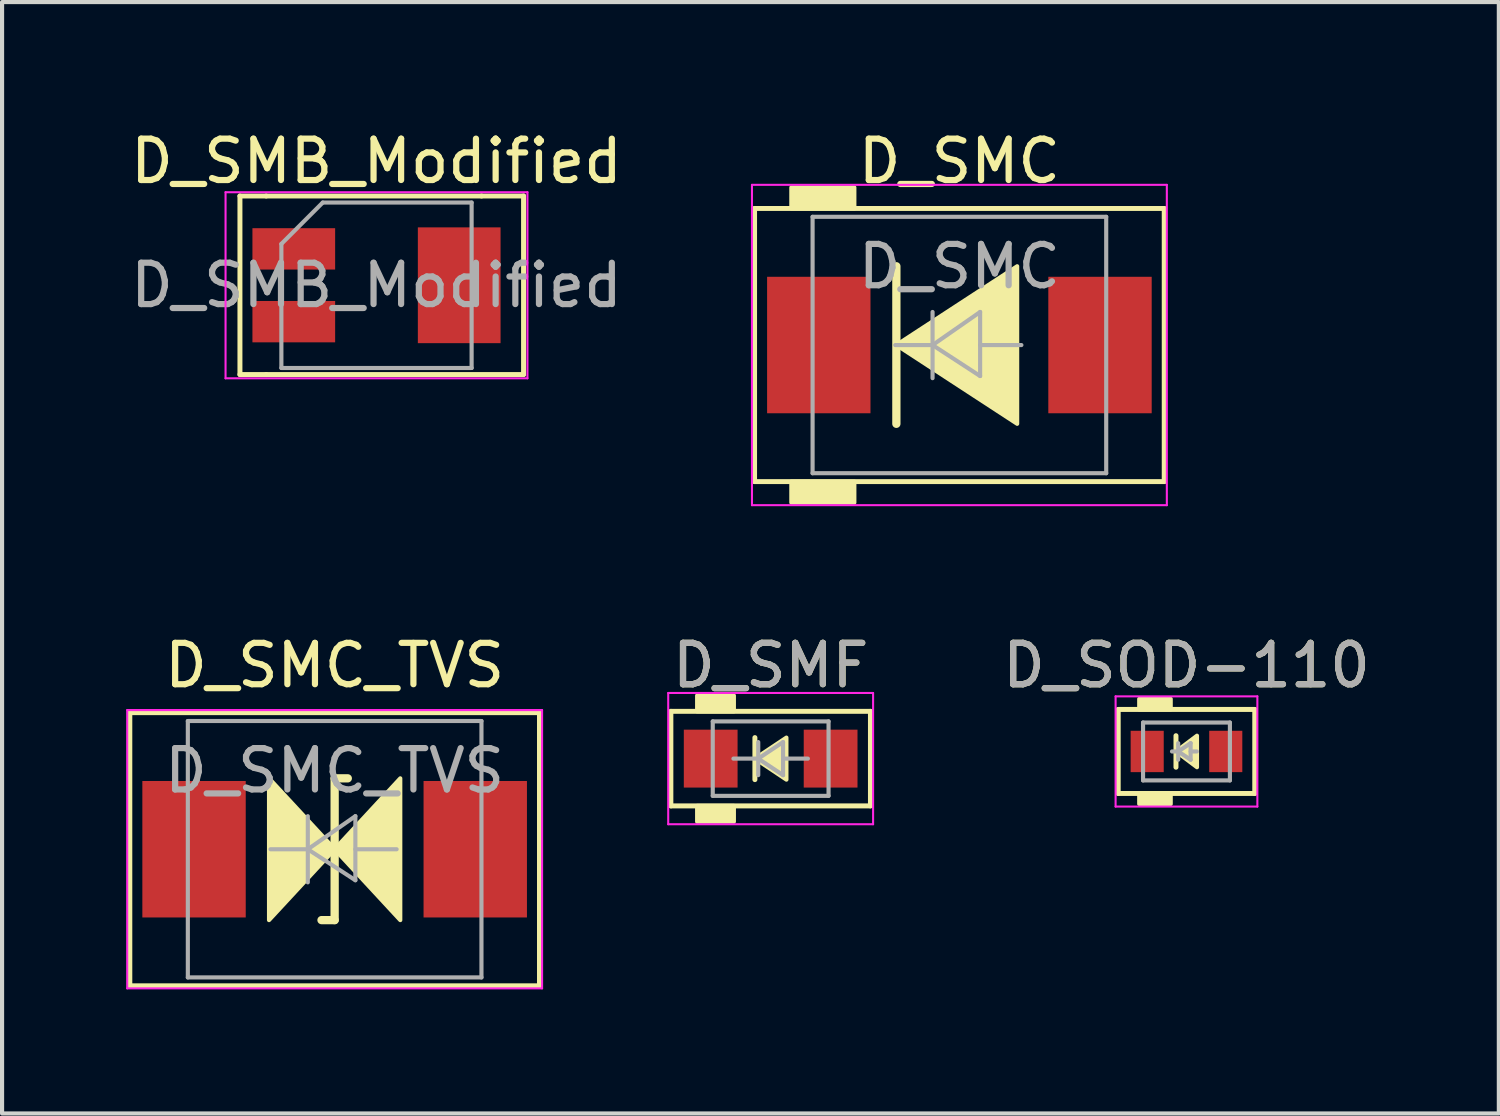
<source format=kicad_pcb>
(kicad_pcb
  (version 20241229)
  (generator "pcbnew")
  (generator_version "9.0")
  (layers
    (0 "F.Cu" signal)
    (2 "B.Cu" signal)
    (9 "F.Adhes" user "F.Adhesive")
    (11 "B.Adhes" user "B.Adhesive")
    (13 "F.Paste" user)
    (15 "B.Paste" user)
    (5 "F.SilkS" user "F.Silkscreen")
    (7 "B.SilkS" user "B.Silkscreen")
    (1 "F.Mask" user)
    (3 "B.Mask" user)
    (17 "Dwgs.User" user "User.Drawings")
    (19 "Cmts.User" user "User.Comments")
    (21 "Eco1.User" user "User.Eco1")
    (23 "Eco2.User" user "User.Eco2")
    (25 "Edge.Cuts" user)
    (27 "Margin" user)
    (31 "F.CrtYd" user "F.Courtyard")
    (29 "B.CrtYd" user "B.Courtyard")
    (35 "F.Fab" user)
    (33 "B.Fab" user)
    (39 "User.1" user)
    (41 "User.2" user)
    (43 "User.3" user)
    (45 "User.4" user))
  (footprint "D_SMC_TVS"
    (layer "F.Cu")
    (at 5.042 17.485)
    (property "Reference" "D_SMC_TVS" (at 0 -4.445 0) (layer "F.SilkS") (effects (font (size 1 1) (thickness 0.15))))
    (attr smd)
    (fp_line (start -4.953 -3.302) (end 4.953 -3.302) (stroke (width 0.12) (type solid)) (layer "F.SilkS"))
    (fp_line (start -4.953 3.302) (end -4.953 -3.302) (stroke (width 0.12) (type solid)) (layer "F.SilkS"))
    (fp_line (start -0.318 1.714) (end 0 1.714) (stroke (width 0.2) (type solid)) (layer "F.SilkS"))
    (fp_line (start 0 -1.714) (end 0 1.714) (stroke (width 0.2) (type solid)) (layer "F.SilkS"))
    (fp_line (start 0 -1.714) (end 0.318 -1.714) (stroke (width 0.2) (type solid)) (layer "F.SilkS"))
    (fp_line (start 4.953 -3.302) (end 4.953 3.302) (stroke (width 0.12) (type solid)) (layer "F.SilkS"))
    (fp_line (start 4.953 3.302) (end -4.953 3.302) (stroke (width 0.12) (type solid)) (layer "F.SilkS"))
    (fp_poly (pts (xy 0 0) (xy -1.587 1.714) (xy -1.587 -1.714)) (stroke (width 0.1) (type solid)) (fill yes) (layer "F.SilkS"))
    (fp_poly (pts (xy 0 0) (xy 1.587 -1.714) (xy 1.587 1.714)) (stroke (width 0.1) (type solid)) (fill yes) (layer "F.SilkS"))
    (fp_line (start -5.016 -3.365) (end 5.016 -3.365) (stroke (width 0.05) (type solid)) (layer "F.CrtYd"))
    (fp_line (start -5.016 3.365) (end -5.016 -3.365) (stroke (width 0.05) (type solid)) (layer "F.CrtYd"))
    (fp_line (start 5.016 -3.365) (end 5.016 3.365) (stroke (width 0.05) (type solid)) (layer "F.CrtYd"))
    (fp_line (start 5.016 3.365) (end -5.016 3.365) (stroke (width 0.05) (type solid)) (layer "F.CrtYd"))
    (fp_line (start -3.55 3.1) (end -3.55 -3.1) (stroke (width 0.1) (type solid)) (layer "F.Fab"))
    (fp_line (start -0.649 -0.799) (end -0.649 0.801) (stroke (width 0.1) (type solid)) (layer "F.Fab"))
    (fp_line (start -0.649 0.001) (end -1.551 0.001) (stroke (width 0.1) (type solid)) (layer "F.Fab"))
    (fp_line (start -0.649 0.001) (end 0.501 -0.799) (stroke (width 0.1) (type solid)) (layer "F.Fab"))
    (fp_line (start -0.649 0.001) (end 0.501 0.75) (stroke (width 0.1) (type solid)) (layer "F.Fab"))
    (fp_line (start 0.501 0.001) (end 1.499 0.001) (stroke (width 0.1) (type solid)) (layer "F.Fab"))
    (fp_line (start 0.501 0.75) (end 0.501 -0.799) (stroke (width 0.1) (type solid)) (layer "F.Fab"))
    (fp_line (start 3.55 -3.1) (end -3.55 -3.1) (stroke (width 0.1) (type solid)) (layer "F.Fab"))
    (fp_line (start 3.55 -3.1) (end 3.55 3.1) (stroke (width 0.1) (type solid)) (layer "F.Fab"))
    (fp_line (start 3.55 3.1) (end -3.55 3.1) (stroke (width 0.1) (type solid)) (layer "F.Fab"))
    (fp_text user "${REFERENCE}" (at 0 -1.9 0) (layer "F.Fab") (effects (font (size 1 1) (thickness 0.15))))
    (pad "1" smd rect (at -3.4 0 90) (size 3.3 2.5) (layers "F.Cu" "F.Mask" "F.Paste"))
    (pad "2" smd rect (at 3.4 0 90) (size 3.3 2.5) (layers "F.Cu" "F.Mask" "F.Paste")))
  (footprint "D_SMB_Modified"
    (layer "F.Cu")
    (at 6.054 3.848)
    (property "Reference" "D_SMB_Modified" (at 0 -3 0) (layer "F.SilkS") (effects (font (size 1 1) (thickness 0.15))))
    (attr smd)
    (fp_line (start -3.302 -2.159) (end -2.667 -2.159) (stroke (width 0.12) (type solid)) (layer "F.SilkS"))
    (fp_line (start -3.302 2.159) (end -3.302 -2.159) (stroke (width 0.12) (type solid)) (layer "F.SilkS"))
    (fp_line (start -2.667 -2.159) (end 2.54 -2.159) (stroke (width 0.12) (type solid)) (layer "F.SilkS"))
    (fp_line (start -2.667 2.159) (end -3.302 2.159) (stroke (width 0.12) (type solid)) (layer "F.SilkS"))
    (fp_line (start 2.54 -2.159) (end 3.556 -2.159) (stroke (width 0.12) (type solid)) (layer "F.SilkS"))
    (fp_line (start 3.556 -2.159) (end 3.556 2.159) (stroke (width 0.12) (type solid)) (layer "F.SilkS"))
    (fp_line (start 3.556 2.159) (end -2.667 2.159) (stroke (width 0.12) (type solid)) (layer "F.SilkS"))
    (fp_line (start -3.65 -2.25) (end 3.65 -2.25) (stroke (width 0.05) (type solid)) (layer "F.CrtYd"))
    (fp_line (start -3.65 2.25) (end -3.65 -2.25) (stroke (width 0.05) (type solid)) (layer "F.CrtYd"))
    (fp_line (start 3.65 -2.25) (end 3.65 2.25) (stroke (width 0.05) (type solid)) (layer "F.CrtYd"))
    (fp_line (start 3.65 2.25) (end -3.65 2.25) (stroke (width 0.05) (type solid)) (layer "F.CrtYd"))
    (fp_line (start -2.3 2) (end -2.3 -1) (stroke (width 0.1) (type solid)) (layer "F.Fab"))
    (fp_line (start -1.3 -2) (end -2.3 -1) (stroke (width 0.1) (type solid)) (layer "F.Fab"))
    (fp_line (start 2.3 -2) (end -1.3 -2) (stroke (width 0.1) (type solid)) (layer "F.Fab"))
    (fp_line (start 2.3 -2) (end 2.3 2) (stroke (width 0.1) (type solid)) (layer "F.Fab"))
    (fp_line (start 2.3 2) (end -2.3 2) (stroke (width 0.1) (type solid)) (layer "F.Fab"))
    (fp_text user "${REFERENCE}" (at 0 0 0) (layer "F.Fab") (effects (font (size 1 1) (thickness 0.15))))
    (pad "1" smd rect (at -2 -0.88) (size 2 1) (layers "F.Cu" "F.Mask" "F.Paste"))
    (pad "2" smd rect (at 2 0) (size 2 2.8) (layers "F.Cu" "F.Mask" "F.Paste"))
    (pad "3" smd rect (at -2 0.88) (size 2 1) (layers "F.Cu" "F.Mask" "F.Paste")))
  (footprint "D_SMF"
    (layer "F.Cu")
    (at 15.585 15.294)
    (property "Reference" "D_SMF" (at 0 -2.254 0) (layer "F.SilkS") (effects (font (size 1 1) (thickness 0.15))))
    (attr smd)
    (fp_line (start -2.413 -1.143) (end -2.413 1.143) (stroke (width 0.12) (type solid)) (layer "F.SilkS"))
    (fp_line (start -2.413 1.143) (end 2.413 1.143) (stroke (width 0.12) (type solid)) (layer "F.SilkS"))
    (fp_line (start -0.381 -0.508) (end -0.381 0.508) (stroke (width 0.12) (type solid)) (layer "F.SilkS"))
    (fp_line (start 2.413 -1.143) (end -2.413 -1.143) (stroke (width 0.12) (type solid)) (layer "F.SilkS"))
    (fp_line (start 2.413 1.143) (end 2.413 -1.143) (stroke (width 0.12) (type solid)) (layer "F.SilkS"))
    (fp_poly (pts (xy 0.381 0.508) (xy -0.381 0) (xy 0.381 -0.508)) (stroke (width 0.1) (type solid)) (fill yes) (layer "F.SilkS"))
    (fp_poly (pts (xy -0.889 -1.143) (xy -1.778 -1.143) (xy -1.778 -1.524) (xy -0.889 -1.524)) (stroke (width 0.1) (type solid)) (fill yes) (layer "F.SilkS"))
    (fp_poly (pts (xy -0.889 1.524) (xy -1.778 1.524) (xy -1.778 1.143) (xy -0.889 1.143)) (stroke (width 0.1) (type solid)) (fill yes) (layer "F.SilkS"))
    (fp_line (start -2.477 -1.587) (end 2.477 -1.587) (stroke (width 0.05) (type solid)) (layer "F.CrtYd"))
    (fp_line (start -2.477 1.587) (end -2.477 -1.587) (stroke (width 0.05) (type solid)) (layer "F.CrtYd"))
    (fp_line (start 2.477 -1.587) (end 2.477 1.587) (stroke (width 0.05) (type solid)) (layer "F.CrtYd"))
    (fp_line (start 2.477 1.587) (end -2.477 1.587) (stroke (width 0.05) (type solid)) (layer "F.CrtYd"))
    (fp_line (start -1.4 0.9) (end -1.4 -0.9) (stroke (width 0.1) (type solid)) (layer "F.Fab"))
    (fp_line (start -0.3 -0.4) (end -0.3 0.4) (stroke (width 0.1) (type solid)) (layer "F.Fab"))
    (fp_line (start -0.3 0) (end -0.9 0) (stroke (width 0.1) (type solid)) (layer "F.Fab"))
    (fp_line (start -0.3 0) (end 0.3 -0.4) (stroke (width 0.1) (type solid)) (layer "F.Fab"))
    (fp_line (start -0.3 0.001) (end 0.3 0.4) (stroke (width 0.1) (type solid)) (layer "F.Fab"))
    (fp_line (start 0.3 0) (end 0.9 0) (stroke (width 0.1) (type solid)) (layer "F.Fab"))
    (fp_line (start 0.3 0.4) (end 0.3 -0.4) (stroke (width 0.1) (type solid)) (layer "F.Fab"))
    (fp_line (start 1.4 -0.9) (end -1.4 -0.9) (stroke (width 0.1) (type solid)) (layer "F.Fab"))
    (fp_line (start 1.4 -0.9) (end 1.4 0.9) (stroke (width 0.1) (type solid)) (layer "F.Fab"))
    (fp_line (start 1.4 0.9) (end -1.4 0.9) (stroke (width 0.1) (type solid)) (layer "F.Fab"))
    (fp_text user "${REFERENCE}" (at 0 -2.254 0) (layer "F.Fab") (effects (font (size 1 1) (thickness 0.15))))
    (pad "1" smd rect (at -1.45 0) (size 1.3 1.4) (layers "F.Cu" "F.Mask" "F.Paste"))
    (pad "2" smd rect (at 1.45 0) (size 1.3 1.4) (layers "F.Cu" "F.Mask" "F.Paste")))
  (footprint "D_SMC"
    (layer "F.Cu")
    (at 20.149 5.293)
    (property "Reference" "D_SMC" (at 0 -4.445 0) (layer "F.SilkS") (effects (font (size 1 1) (thickness 0.15))))
    (attr smd)
    (fp_line (start -4.953 -3.302) (end 4.953 -3.302) (stroke (width 0.12) (type solid)) (layer "F.SilkS"))
    (fp_line (start -4.953 3.302) (end -4.953 -3.302) (stroke (width 0.12) (type solid)) (layer "F.SilkS"))
    (fp_line (start -1.524 -1.905) (end -1.524 1.905) (stroke (width 0.2) (type solid)) (layer "F.SilkS"))
    (fp_line (start 4.953 -3.302) (end 4.953 3.302) (stroke (width 0.12) (type solid)) (layer "F.SilkS"))
    (fp_line (start 4.953 3.302) (end -4.953 3.302) (stroke (width 0.12) (type solid)) (layer "F.SilkS"))
    (fp_poly (pts (xy 1.397 1.905) (xy -1.524 0) (xy 1.397 -1.905)) (stroke (width 0.1) (type solid)) (fill yes) (layer "F.SilkS"))
    (fp_poly (pts (xy -2.54 -3.302) (xy -4.064 -3.302) (xy -4.064 -3.81) (xy -2.54 -3.81)) (stroke (width 0.1) (type solid)) (fill yes) (layer "F.SilkS"))
    (fp_poly (pts (xy -2.54 3.81) (xy -4.064 3.81) (xy -4.064 3.302) (xy -2.54 3.302)) (stroke (width 0.1) (type solid)) (fill yes) (layer "F.SilkS"))
    (fp_line (start -5.016 -3.873) (end 5.016 -3.873) (stroke (width 0.05) (type solid)) (layer "F.CrtYd"))
    (fp_line (start -5.016 3.873) (end -5.016 -3.873) (stroke (width 0.05) (type solid)) (layer "F.CrtYd"))
    (fp_line (start 5.016 -3.873) (end 5.016 3.873) (stroke (width 0.05) (type solid)) (layer "F.CrtYd"))
    (fp_line (start 5.016 3.873) (end -5.016 3.873) (stroke (width 0.05) (type solid)) (layer "F.CrtYd"))
    (fp_line (start -3.55 3.1) (end -3.55 -3.1) (stroke (width 0.1) (type solid)) (layer "F.Fab"))
    (fp_line (start -0.649 -0.799) (end -0.649 0.801) (stroke (width 0.1) (type solid)) (layer "F.Fab"))
    (fp_line (start -0.649 0.001) (end -1.551 0.001) (stroke (width 0.1) (type solid)) (layer "F.Fab"))
    (fp_line (start -0.649 0.001) (end 0.501 -0.799) (stroke (width 0.1) (type solid)) (layer "F.Fab"))
    (fp_line (start -0.649 0.001) (end 0.501 0.75) (stroke (width 0.1) (type solid)) (layer "F.Fab"))
    (fp_line (start 0.501 0.001) (end 1.499 0.001) (stroke (width 0.1) (type solid)) (layer "F.Fab"))
    (fp_line (start 0.501 0.75) (end 0.501 -0.799) (stroke (width 0.1) (type solid)) (layer "F.Fab"))
    (fp_line (start 3.55 -3.1) (end -3.55 -3.1) (stroke (width 0.1) (type solid)) (layer "F.Fab"))
    (fp_line (start 3.55 -3.1) (end 3.55 3.1) (stroke (width 0.1) (type solid)) (layer "F.Fab"))
    (fp_line (start 3.55 3.1) (end -3.55 3.1) (stroke (width 0.1) (type solid)) (layer "F.Fab"))
    (fp_text user "${REFERENCE}" (at 0 -1.9 0) (layer "F.Fab") (effects (font (size 1 1) (thickness 0.15))))
    (pad "1" smd rect (at -3.4 0 90) (size 3.3 2.5) (layers "F.Cu" "F.Mask" "F.Paste"))
    (pad "2" smd rect (at 3.4 0 90) (size 3.3 2.5) (layers "F.Cu" "F.Mask" "F.Paste")))
  (footprint "D_SOD-110"
    (layer "F.Cu")
    (at 25.64 15.121)
    (property "Reference" "D_SOD-110" (at 0 -2.081 0) (layer "F.SilkS") (effects (font (size 1 1) (thickness 0.15))))
    (attr smd)
    (fp_line (start -1.651 -1.016) (end -1.651 1.016) (stroke (width 0.12) (type solid)) (layer "F.SilkS"))
    (fp_line (start -1.651 1.016) (end 1.651 1.016) (stroke (width 0.12) (type solid)) (layer "F.SilkS"))
    (fp_line (start -0.254 -0.381) (end -0.254 0.381) (stroke (width 0.12) (type solid)) (layer "F.SilkS"))
    (fp_line (start 1.651 -1.016) (end -1.651 -1.016) (stroke (width 0.12) (type solid)) (layer "F.SilkS"))
    (fp_line (start 1.651 1.016) (end 1.651 -1.016) (stroke (width 0.12) (type solid)) (layer "F.SilkS"))
    (fp_poly (pts (xy 0.254 0.381) (xy -0.254 0) (xy 0.254 -0.381)) (stroke (width 0.1) (type solid)) (fill yes) (layer "F.SilkS"))
    (fp_poly (pts (xy -0.381 -1.016) (xy -1.143 -1.016) (xy -1.143 -1.27) (xy -0.381 -1.27)) (stroke (width 0.1) (type solid)) (fill yes) (layer "F.SilkS"))
    (fp_poly (pts (xy -0.381 1.27) (xy -1.143 1.27) (xy -1.143 1.016) (xy -0.381 1.016)) (stroke (width 0.1) (type solid)) (fill yes) (layer "F.SilkS"))
    (fp_line (start -1.714 -1.333) (end -1.714 1.333) (stroke (width 0.05) (type solid)) (layer "F.CrtYd"))
    (fp_line (start -1.714 -1.333) (end 1.714 -1.333) (stroke (width 0.05) (type solid)) (layer "F.CrtYd"))
    (fp_line (start 1.714 -1.333) (end 1.714 1.333) (stroke (width 0.05) (type solid)) (layer "F.CrtYd"))
    (fp_line (start 1.714 1.333) (end -1.714 1.333) (stroke (width 0.05) (type solid)) (layer "F.CrtYd"))
    (fp_line (start -1.05 -0.7) (end -1.05 0.7) (stroke (width 0.1) (type solid)) (layer "F.Fab"))
    (fp_line (start -1.05 0.7) (end 1.05 0.7) (stroke (width 0.1) (type solid)) (layer "F.Fab"))
    (fp_line (start -0.2 0) (end -0.35 0) (stroke (width 0.1) (type solid)) (layer "F.Fab"))
    (fp_line (start -0.2 0) (end 0.1 0.2) (stroke (width 0.1) (type solid)) (layer "F.Fab"))
    (fp_line (start -0.2 0.2) (end -0.2 -0.2) (stroke (width 0.1) (type solid)) (layer "F.Fab"))
    (fp_line (start 0.1 -0.2) (end -0.2 0) (stroke (width 0.1) (type solid)) (layer "F.Fab"))
    (fp_line (start 0.1 0) (end 0.25 0) (stroke (width 0.1) (type solid)) (layer "F.Fab"))
    (fp_line (start 0.1 0.2) (end 0.1 -0.2) (stroke (width 0.1) (type solid)) (layer "F.Fab"))
    (fp_line (start 1.05 -0.7) (end -1.05 -0.7) (stroke (width 0.1) (type solid)) (layer "F.Fab"))
    (fp_line (start 1.05 0.7) (end 1.05 -0.7) (stroke (width 0.1) (type solid)) (layer "F.Fab"))
    (fp_text user "${REFERENCE}" (at 0 -2.081 0) (layer "F.Fab") (effects (font (size 1 1) (thickness 0.15))))
    (pad "1" smd rect (at -0.95 0) (size 0.8 1) (layers "F.Cu" "F.Mask" "F.Paste"))
    (pad "2" smd rect (at 0.95 0) (size 0.8 1) (layers "F.Cu" "F.Mask" "F.Paste")))
  (gr_rect
    (start -3 -3)
    (end 33.193 23.875)
    (stroke (width 0.1) (type default))
    (fill no)
    (layer "Edge.Cuts")))
</source>
